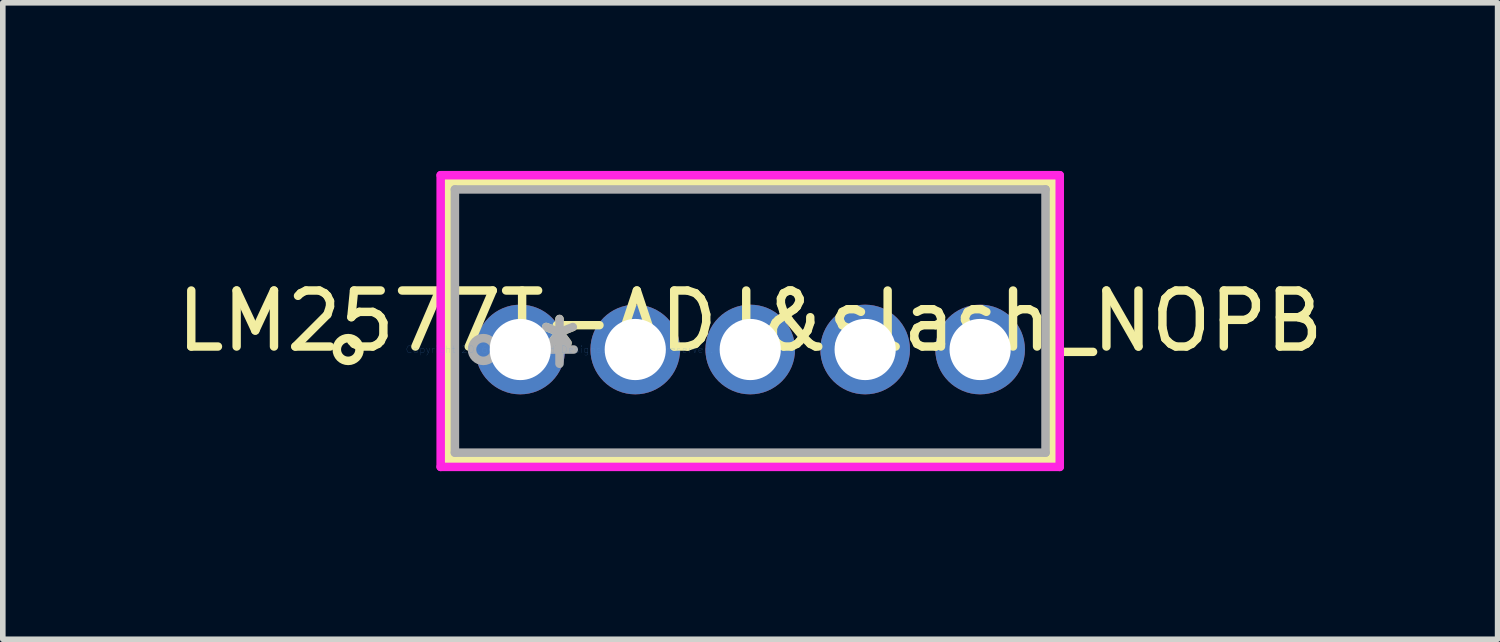
<source format=kicad_pcb>
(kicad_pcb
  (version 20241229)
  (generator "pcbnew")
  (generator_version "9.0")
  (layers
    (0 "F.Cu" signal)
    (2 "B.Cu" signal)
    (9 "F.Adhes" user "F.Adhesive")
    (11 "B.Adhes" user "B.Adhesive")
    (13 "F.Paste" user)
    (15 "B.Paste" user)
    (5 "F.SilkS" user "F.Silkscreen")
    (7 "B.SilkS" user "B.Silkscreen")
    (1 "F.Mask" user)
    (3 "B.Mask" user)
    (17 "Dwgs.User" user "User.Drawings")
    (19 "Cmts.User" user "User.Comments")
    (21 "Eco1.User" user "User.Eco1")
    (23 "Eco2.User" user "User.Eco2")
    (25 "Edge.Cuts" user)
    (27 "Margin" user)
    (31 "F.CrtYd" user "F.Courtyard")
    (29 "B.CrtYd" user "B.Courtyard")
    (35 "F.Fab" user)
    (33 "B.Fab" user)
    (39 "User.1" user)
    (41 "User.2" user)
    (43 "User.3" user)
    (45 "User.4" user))
  (footprint "LM2577T-ADJ&slash_NOPB"
    (layer "F.Cu")
    (at 6.936 3.188)
    (property "Reference" "LM2577T-ADJ&slash_NOPB" (at 3.404 -0.508 0) (layer "F.SilkS") (effects (font (size 1 1) (thickness 0.15))))
    (attr through_hole)
    (fp_line (start -1.994 -2.985) (end -1.994 1.968) (stroke (width 0.152) (type solid)) (layer "F.SilkS"))
    (fp_line (start -1.994 1.968) (end 8.801 1.968) (stroke (width 0.152) (type solid)) (layer "F.SilkS"))
    (fp_line (start 8.801 -2.985) (end -1.994 -2.985) (stroke (width 0.152) (type solid)) (layer "F.SilkS"))
    (fp_line (start 8.801 1.968) (end 8.801 -2.985) (stroke (width 0.152) (type solid)) (layer "F.SilkS"))
    (fp_circle (center -3.772 0) (end -3.569 0) (stroke (width 0.152) (type solid)) (fill no) (layer "F.SilkS"))
    (fp_line (start -2.121 -3.111) (end 8.928 -3.111) (stroke (width 0.152) (type solid)) (layer "F.CrtYd"))
    (fp_line (start -2.121 2.095) (end -2.121 -3.111) (stroke (width 0.152) (type solid)) (layer "F.CrtYd"))
    (fp_line (start 8.928 -3.111) (end 8.928 2.095) (stroke (width 0.152) (type solid)) (layer "F.CrtYd"))
    (fp_line (start 8.928 2.095) (end -2.121 2.095) (stroke (width 0.152) (type solid)) (layer "F.CrtYd"))
    (fp_line (start -1.867 -2.857) (end -1.867 1.841) (stroke (width 0.152) (type solid)) (layer "F.Fab"))
    (fp_line (start -1.867 1.841) (end 8.674 1.841) (stroke (width 0.152) (type solid)) (layer "F.Fab"))
    (fp_line (start -0.254 0) (end 0.254 0) (stroke (width 0.152) (type solid)) (layer "F.Fab"))
    (fp_line (start 0 0.254) (end 0 -0.254) (stroke (width 0.152) (type solid)) (layer "F.Fab"))
    (fp_line (start 8.674 -2.857) (end -1.867 -2.857) (stroke (width 0.152) (type solid)) (layer "F.Fab"))
    (fp_line (start 8.674 1.841) (end 8.674 -2.857) (stroke (width 0.152) (type solid)) (layer "F.Fab"))
    (fp_circle (center -1.359 0) (end -1.156 0) (stroke (width 0.152) (type solid)) (fill no) (layer "F.Fab"))
    (fp_text user "*" (at 0 0 0) (layer "F.SilkS") (effects (font (size 1 1) (thickness 0.15))))
    (fp_text user "Copyright 2016 Accelerated Designs. All rights reserved." (at 0 0 0) (layer "Cmts.User") (effects (font (size 0.127 0.127) (thickness 0.002))))
    (fp_text user "*" (at 0 0 0) (layer "F.Fab") (effects (font (size 1 1) (thickness 0.15))))
    (pad "1" thru_hole circle (at -0.7 0) (size 1.6 1.6) (drill 1.092) (layers "*.Cu" "*.Mask"))
    (pad "2" thru_hole circle (at 1.352 0) (size 1.6 1.6) (drill 1.092) (layers "*.Cu" "*.Mask"))
    (pad "3" thru_hole circle (at 3.404 0) (size 1.6 1.6) (drill 1.092) (layers "*.Cu" "*.Mask"))
    (pad "4" thru_hole circle (at 5.455 0) (size 1.6 1.6) (drill 1.092) (layers "*.Cu" "*.Mask"))
    (pad "5" thru_hole circle (at 7.507 0) (size 1.6 1.6) (drill 1.092) (layers "*.Cu" "*.Mask")))
  (gr_rect
    (start -3 -3)
    (end 23.679 8.359)
    (stroke (width 0.1) (type default))
    (fill no)
    (layer "Edge.Cuts")))
</source>
